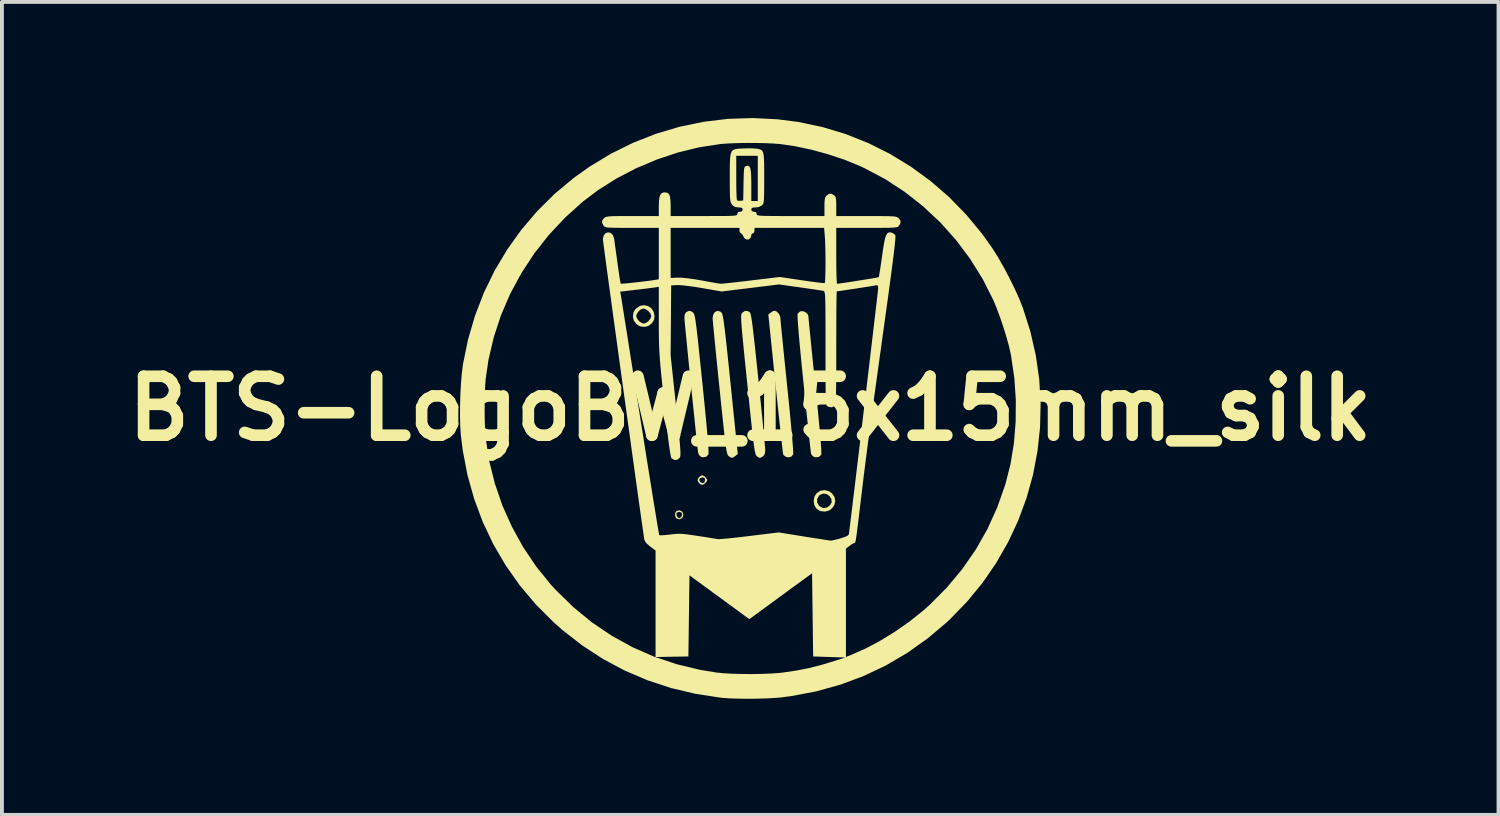
<source format=kicad_pcb>
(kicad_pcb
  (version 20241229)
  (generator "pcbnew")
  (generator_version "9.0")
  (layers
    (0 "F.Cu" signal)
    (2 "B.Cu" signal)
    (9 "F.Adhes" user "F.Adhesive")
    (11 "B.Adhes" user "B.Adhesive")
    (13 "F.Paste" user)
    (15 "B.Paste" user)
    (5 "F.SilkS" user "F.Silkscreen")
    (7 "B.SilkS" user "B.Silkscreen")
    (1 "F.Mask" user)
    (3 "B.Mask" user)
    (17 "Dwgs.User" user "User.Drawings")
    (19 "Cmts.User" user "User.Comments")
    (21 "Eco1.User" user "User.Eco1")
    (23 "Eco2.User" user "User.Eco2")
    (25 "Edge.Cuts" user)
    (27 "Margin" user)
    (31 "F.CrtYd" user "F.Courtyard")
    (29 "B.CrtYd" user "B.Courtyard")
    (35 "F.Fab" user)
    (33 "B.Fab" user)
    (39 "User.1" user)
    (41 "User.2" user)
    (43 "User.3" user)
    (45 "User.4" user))
  (footprint "BTS-LogoBW_15x15mm_silk"
    (layer "F.Cu")
    (at 16.336 7.507)
    (property "Reference" "BTS-LogoBW_15x15mm_silk" (at 0 0 0) (layer "F.SilkS") (effects (font (size 1.524 1.524) (thickness 0.3))))
    (attr board_only exclude_from_pos_files exclude_from_bom)
    (fp_poly (pts (xy -1.763 2.66) (xy -1.733 2.713) (xy -1.736 2.788) (xy -1.774 2.841) (xy -1.832 2.862) (xy -1.896 2.843) (xy -1.912 2.829) (xy -1.942 2.769) (xy -1.939 2.71) (xy -1.908 2.71) (xy -1.905 2.761) (xy -1.875 2.811) (xy -1.834 2.835) (xy -1.834 2.835) (xy -1.801 2.816) (xy -1.779 2.793) (xy -1.757 2.735) (xy -1.78 2.687) (xy -1.834 2.668) (xy -1.888 2.686) (xy -1.908 2.71) (xy -1.939 2.71) (xy -1.939 2.7) (xy -1.905 2.648) (xy -1.9 2.645) (xy -1.826 2.629)) (stroke (width 0) (type solid)) (fill yes) (layer "F.SilkS"))
    (fp_poly (pts (xy -1.193 1.744) (xy -1.143 1.791) (xy -1.113 1.841) (xy -1.112 1.853) (xy -1.132 1.895) (xy -1.18 1.941) (xy -1.23 1.97) (xy -1.244 1.973) (xy -1.286 1.955) (xy -1.318 1.929) (xy -1.353 1.878) (xy -1.362 1.848) (xy -1.359 1.842) (xy -1.319 1.842) (xy -1.294 1.898) (xy -1.29 1.902) (xy -1.235 1.93) (xy -1.188 1.91) (xy -1.167 1.851) (xy -1.167 1.845) (xy -1.18 1.793) (xy -1.229 1.779) (xy -1.234 1.779) (xy -1.296 1.797) (xy -1.319 1.842) (xy -1.359 1.842) (xy -1.34 1.794) (xy -1.291 1.745) (xy -1.239 1.723)) (stroke (width 0) (type solid)) (fill yes) (layer "F.SilkS"))
    (fp_poly (pts (xy 2.035 2.136) (xy 2.114 2.193) (xy 2.179 2.29) (xy 2.197 2.391) (xy 2.175 2.489) (xy 2.12 2.573) (xy 2.038 2.634) (xy 1.935 2.663) (xy 1.82 2.651) (xy 1.788 2.64) (xy 1.705 2.58) (xy 1.655 2.488) (xy 1.645 2.426) (xy 1.729 2.426) (xy 1.776 2.509) (xy 1.798 2.528) (xy 1.89 2.571) (xy 1.982 2.559) (xy 2.063 2.497) (xy 2.106 2.419) (xy 2.098 2.34) (xy 2.054 2.269) (xy 1.977 2.21) (xy 1.886 2.197) (xy 1.799 2.233) (xy 1.779 2.251) (xy 1.729 2.334) (xy 1.729 2.426) (xy 1.645 2.426) (xy 1.639 2.38) (xy 1.661 2.273) (xy 1.714 2.19) (xy 1.811 2.125) (xy 1.923 2.107)) (stroke (width 0) (type solid)) (fill yes) (layer "F.SilkS"))
    (fp_poly (pts (xy -2.639 -2.648) (xy -2.552 -2.589) (xy -2.493 -2.497) (xy -2.473 -2.39) (xy -2.485 -2.295) (xy -2.529 -2.221) (xy -2.555 -2.193) (xy -2.63 -2.135) (xy -2.714 -2.113) (xy -2.751 -2.112) (xy -2.846 -2.124) (xy -2.921 -2.168) (xy -2.948 -2.193) (xy -3.006 -2.268) (xy -3.028 -2.352) (xy -3.029 -2.385) (xy -2.946 -2.385) (xy -2.923 -2.321) (xy -2.868 -2.256) (xy -2.8 -2.209) (xy -2.751 -2.195) (xy -2.692 -2.214) (xy -2.629 -2.26) (xy -2.625 -2.264) (xy -2.578 -2.327) (xy -2.557 -2.387) (xy -2.557 -2.39) (xy -2.58 -2.459) (xy -2.638 -2.526) (xy -2.712 -2.573) (xy -2.762 -2.584) (xy -2.83 -2.561) (xy -2.895 -2.502) (xy -2.938 -2.428) (xy -2.946 -2.385) (xy -3.029 -2.385) (xy -3.029 -2.39) (xy -3.017 -2.485) (xy -2.973 -2.559) (xy -2.948 -2.587) (xy -2.849 -2.652) (xy -2.742 -2.671)) (stroke (width 0) (type solid)) (fill yes) (layer "F.SilkS"))
    (fp_poly (pts (xy 0.687 -2.505) (xy 0.742 -2.446) (xy 0.775 -2.372) (xy 0.779 -2.341) (xy 0.782 -2.301) (xy 0.79 -2.21) (xy 0.803 -2.073) (xy 0.821 -1.897) (xy 0.842 -1.685) (xy 0.866 -1.443) (xy 0.893 -1.176) (xy 0.923 -0.889) (xy 0.954 -0.586) (xy 0.956 -0.57) (xy 0.99 -0.237) (xy 1.021 0.071) (xy 1.047 0.349) (xy 1.07 0.594) (xy 1.088 0.802) (xy 1.101 0.969) (xy 1.109 1.091) (xy 1.112 1.164) (xy 1.11 1.184) (xy 1.062 1.243) (xy 0.986 1.261) (xy 0.927 1.249) (xy 0.872 1.212) (xy 0.852 1.182) (xy 0.846 1.148) (xy 0.835 1.062) (xy 0.82 0.931) (xy 0.801 0.759) (xy 0.778 0.551) (xy 0.752 0.311) (xy 0.723 0.044) (xy 0.693 -0.244) (xy 0.661 -0.55) (xy 0.651 -0.646) (xy 0.468 -2.43) (xy 0.529 -2.479) (xy 0.587 -2.516) (xy 0.628 -2.529)) (stroke (width 0) (type solid)) (fill yes) (layer "F.SilkS"))
    (fp_poly (pts (xy -0.777 -2.508) (xy -0.739 -2.476) (xy -0.728 -2.457) (xy -0.717 -2.422) (xy -0.705 -2.367) (xy -0.691 -2.288) (xy -0.676 -2.181) (xy -0.658 -2.042) (xy -0.638 -1.869) (xy -0.614 -1.656) (xy -0.587 -1.401) (xy -0.555 -1.099) (xy -0.519 -0.746) (xy -0.506 -0.624) (xy -0.322 1.174) (xy -0.386 1.226) (xy -0.446 1.268) (xy -0.49 1.272) (xy -0.544 1.238) (xy -0.556 1.228) (xy -0.569 1.216) (xy -0.581 1.198) (xy -0.592 1.17) (xy -0.603 1.128) (xy -0.615 1.069) (xy -0.628 0.987) (xy -0.642 0.878) (xy -0.659 0.739) (xy -0.679 0.566) (xy -0.702 0.353) (xy -0.729 0.097) (xy -0.761 -0.206) (xy -0.794 -0.529) (xy -0.826 -0.835) (xy -0.855 -1.125) (xy -0.883 -1.397) (xy -0.907 -1.644) (xy -0.929 -1.862) (xy -0.946 -2.045) (xy -0.96 -2.188) (xy -0.968 -2.287) (xy -0.972 -2.336) (xy -0.972 -2.337) (xy -0.955 -2.433) (xy -0.909 -2.497) (xy -0.846 -2.524)) (stroke (width 0) (type solid)) (fill yes) (layer "F.SilkS"))
    (fp_poly (pts (xy 1.374 -2.514) (xy 1.442 -2.481) (xy 1.49 -2.431) (xy 1.501 -2.396) (xy 1.504 -2.361) (xy 1.512 -2.275) (xy 1.525 -2.143) (xy 1.542 -1.971) (xy 1.563 -1.763) (xy 1.587 -1.523) (xy 1.614 -1.258) (xy 1.643 -0.97) (xy 1.675 -0.667) (xy 1.681 -0.602) (xy 1.723 -0.195) (xy 1.758 0.159) (xy 1.787 0.458) (xy 1.809 0.706) (xy 1.825 0.902) (xy 1.835 1.047) (xy 1.838 1.143) (xy 1.836 1.19) (xy 1.835 1.194) (xy 1.778 1.248) (xy 1.694 1.259) (xy 1.646 1.248) (xy 1.592 1.204) (xy 1.571 1.161) (xy 1.566 1.123) (xy 1.555 1.034) (xy 1.54 0.9) (xy 1.521 0.725) (xy 1.499 0.515) (xy 1.473 0.273) (xy 1.445 0.006) (xy 1.416 -0.283) (xy 1.384 -0.588) (xy 1.378 -0.652) (xy 1.336 -1.062) (xy 1.301 -1.421) (xy 1.272 -1.726) (xy 1.25 -1.979) (xy 1.234 -2.178) (xy 1.225 -2.323) (xy 1.222 -2.414) (xy 1.225 -2.449) (xy 1.272 -2.497) (xy 1.307 -2.515)) (stroke (width 0) (type solid)) (fill yes) (layer "F.SilkS"))
    (fp_poly (pts (xy -1.523 -2.513) (xy -1.477 -2.48) (xy -1.464 -2.467) (xy -1.453 -2.447) (xy -1.442 -2.416) (xy -1.431 -2.369) (xy -1.419 -2.303) (xy -1.406 -2.214) (xy -1.39 -2.097) (xy -1.373 -1.948) (xy -1.352 -1.764) (xy -1.328 -1.539) (xy -1.3 -1.271) (xy -1.267 -0.956) (xy -1.236 -0.653) (xy -1.195 -0.249) (xy -1.16 0.102) (xy -1.132 0.401) (xy -1.109 0.649) (xy -1.093 0.849) (xy -1.082 1) (xy -1.077 1.106) (xy -1.077 1.168) (xy -1.08 1.184) (xy -1.134 1.244) (xy -1.215 1.26) (xy -1.271 1.248) (xy -1.325 1.199) (xy -1.347 1.134) (xy -1.353 1.085) (xy -1.364 0.988) (xy -1.38 0.847) (xy -1.399 0.669) (xy -1.421 0.46) (xy -1.445 0.226) (xy -1.471 -0.027) (xy -1.499 -0.293) (xy -1.527 -0.566) (xy -1.555 -0.839) (xy -1.582 -1.107) (xy -1.607 -1.364) (xy -1.631 -1.603) (xy -1.652 -1.819) (xy -1.671 -2.005) (xy -1.685 -2.155) (xy -1.695 -2.264) (xy -1.7 -2.325) (xy -1.7 -2.331) (xy -1.695 -2.422) (xy -1.669 -2.477) (xy -1.653 -2.491) (xy -1.585 -2.525)) (stroke (width 0) (type solid)) (fill yes) (layer "F.SilkS"))
    (fp_poly (pts (xy -0.059 -2.517) (xy -0.016 -2.492) (xy -0.005 -2.479) (xy 0.006 -2.454) (xy 0.017 -2.412) (xy 0.029 -2.35) (xy 0.043 -2.264) (xy 0.058 -2.149) (xy 0.076 -2.002) (xy 0.097 -1.819) (xy 0.122 -1.595) (xy 0.15 -1.327) (xy 0.184 -1.011) (xy 0.211 -0.748) (xy 0.242 -0.443) (xy 0.272 -0.151) (xy 0.299 0.122) (xy 0.324 0.371) (xy 0.345 0.591) (xy 0.363 0.776) (xy 0.376 0.922) (xy 0.385 1.023) (xy 0.388 1.074) (xy 0.388 1.075) (xy 0.38 1.163) (xy 0.349 1.217) (xy 0.327 1.235) (xy 0.269 1.271) (xy 0.228 1.271) (xy 0.175 1.235) (xy 0.169 1.23) (xy 0.157 1.217) (xy 0.146 1.198) (xy 0.135 1.169) (xy 0.124 1.124) (xy 0.112 1.061) (xy 0.099 0.975) (xy 0.084 0.862) (xy 0.067 0.719) (xy 0.047 0.54) (xy 0.023 0.322) (xy -0.004 0.062) (xy -0.036 -0.246) (xy -0.073 -0.605) (xy -0.074 -0.618) (xy -0.111 -0.978) (xy -0.143 -1.287) (xy -0.169 -1.548) (xy -0.19 -1.766) (xy -0.207 -1.946) (xy -0.22 -2.09) (xy -0.228 -2.204) (xy -0.233 -2.291) (xy -0.235 -2.355) (xy -0.234 -2.401) (xy -0.229 -2.432) (xy -0.223 -2.453) (xy -0.214 -2.467) (xy -0.208 -2.473) (xy -0.136 -2.523)) (stroke (width 0) (type solid)) (fill yes) (layer "F.SilkS"))
    (fp_poly (pts (xy 0.71 -7.474) (xy 1.251 -7.404) (xy 1.87 -7.273) (xy 2.472 -7.091) (xy 3.056 -6.858) (xy 3.617 -6.577) (xy 4.154 -6.249) (xy 4.663 -5.877) (xy 5.141 -5.463) (xy 5.585 -5.007) (xy 5.993 -4.513) (xy 6.258 -4.141) (xy 6.4 -3.916) (xy 6.548 -3.657) (xy 6.694 -3.381) (xy 6.832 -3.102) (xy 6.951 -2.837) (xy 7.042 -2.609) (xy 7.237 -1.998) (xy 7.379 -1.379) (xy 7.468 -0.757) (xy 7.504 -0.134) (xy 7.489 0.487) (xy 7.423 1.101) (xy 7.308 1.708) (xy 7.143 2.302) (xy 6.93 2.881) (xy 6.669 3.442) (xy 6.361 3.982) (xy 6.007 4.498) (xy 5.607 4.986) (xy 5.163 5.444) (xy 5.08 5.522) (xy 4.582 5.942) (xy 4.057 6.315) (xy 3.506 6.638) (xy 2.931 6.911) (xy 2.332 7.134) (xy 1.711 7.307) (xy 1.069 7.429) (xy 0.82 7.462) (xy 0.636 7.478) (xy 0.415 7.49) (xy 0.173 7.497) (xy -0.077 7.499) (xy -0.318 7.496) (xy -0.537 7.489) (xy -0.719 7.476) (xy -0.75 7.473) (xy -1.407 7.373) (xy -2.042 7.223) (xy -2.653 7.022) (xy -3.24 6.772) (xy -3.803 6.472) (xy -4.339 6.123) (xy -4.85 5.725) (xy -5.08 5.522) (xy -5.538 5.064) (xy -5.951 4.574) (xy -6.318 4.055) (xy -6.638 3.507) (xy -6.91 2.934) (xy -7.133 2.336) (xy -7.307 1.716) (xy -7.429 1.076) (xy -7.479 0.673) (xy -7.493 0.458) (xy -7.499 0.204) (xy -7.499 0.075) (xy -6.863 0.075) (xy -6.86 0.313) (xy -6.852 0.531) (xy -6.84 0.715) (xy -6.835 0.772) (xy -6.744 1.359) (xy -6.599 1.938) (xy -6.404 2.504) (xy -6.159 3.052) (xy -5.869 3.578) (xy -5.534 4.077) (xy -5.158 4.543) (xy -5.018 4.695) (xy -4.568 5.134) (xy -4.089 5.526) (xy -3.582 5.869) (xy -3.048 6.164) (xy -2.49 6.409) (xy -1.906 6.605) (xy -1.3 6.751) (xy -0.875 6.821) (xy -0.696 6.839) (xy -0.476 6.852) (xy -0.229 6.859) (xy 0.031 6.861) (xy 0.288 6.857) (xy 0.53 6.848) (xy 0.741 6.833) (xy 0.853 6.821) (xy 1.201 6.769) (xy 1.519 6.706) (xy 1.833 6.626) (xy 2.084 6.551) (xy 2.459 6.433) (xy 1.626 6.406) (xy 1.612 5.331) (xy 1.598 4.257) (xy 1.403 4.399) (xy 1.328 4.454) (xy 1.216 4.536) (xy 1.075 4.638) (xy 0.916 4.755) (xy 0.745 4.88) (xy 0.593 4.991) (xy -0.023 5.442) (xy -0.796 4.876) (xy -1.57 4.31) (xy -1.584 5.358) (xy -1.598 6.406) (xy -2.022 6.413) (xy -2.446 6.421) (xy -2.446 3.669) (xy -2.584 3.566) (xy -2.678 3.485) (xy -2.727 3.413) (xy -2.738 3.378) (xy -2.746 3.325) (xy -2.761 3.223) (xy -2.782 3.074) (xy -2.81 2.883) (xy -2.842 2.654) (xy -2.879 2.391) (xy -2.92 2.097) (xy -2.965 1.776) (xy -3.012 1.431) (xy -3.063 1.068) (xy -3.115 0.69) (xy -3.169 0.3) (xy -3.224 -0.098) (xy -3.28 -0.499) (xy -3.335 -0.901) (xy -3.39 -1.298) (xy -3.443 -1.688) (xy -3.495 -2.066) (xy -3.545 -2.429) (xy -3.592 -2.773) (xy -3.626 -3.021) (xy -3.36 -3.021) (xy -3.346 -2.948) (xy -3.34 -2.912) (xy -3.326 -2.824) (xy -3.304 -2.688) (xy -3.276 -2.509) (xy -3.241 -2.288) (xy -3.2 -2.031) (xy -3.154 -1.74) (xy -3.104 -1.42) (xy -3.049 -1.073) (xy -2.991 -0.704) (xy -2.929 -0.316) (xy -2.866 0.088) (xy -2.85 0.19) (xy -2.786 0.596) (xy -2.724 0.986) (xy -2.665 1.358) (xy -2.609 1.706) (xy -2.557 2.029) (xy -2.51 2.323) (xy -2.467 2.583) (xy -2.431 2.808) (xy -2.4 2.992) (xy -2.377 3.133) (xy -2.36 3.226) (xy -2.352 3.27) (xy -2.351 3.272) (xy -2.318 3.276) (xy -2.243 3.273) (xy -2.138 3.263) (xy -2.063 3.255) (xy -1.989 3.246) (xy -1.926 3.24) (xy -1.866 3.236) (xy -1.803 3.236) (xy -1.729 3.241) (xy -1.638 3.251) (xy -1.524 3.266) (xy -1.378 3.288) (xy -1.195 3.316) (xy -0.967 3.353) (xy -0.834 3.374) (xy -0.789 3.374) (xy -0.697 3.367) (xy -0.565 3.355) (xy -0.402 3.338) (xy -0.216 3.317) (xy -0.015 3.293) (xy -0.015 3.293) (xy 0.736 3.201) (xy 1.389 3.306) (xy 1.575 3.336) (xy 1.744 3.362) (xy 1.887 3.384) (xy 1.997 3.401) (xy 2.066 3.411) (xy 2.084 3.413) (xy 2.13 3.406) (xy 2.212 3.387) (xy 2.315 3.36) (xy 2.334 3.354) (xy 2.446 3.318) (xy 2.512 3.288) (xy 2.544 3.257) (xy 2.55 3.238) (xy 2.561 3.155) (xy 2.577 3.026) (xy 2.598 2.854) (xy 2.624 2.643) (xy 2.653 2.399) (xy 2.687 2.124) (xy 2.723 1.824) (xy 2.761 1.503) (xy 2.802 1.164) (xy 2.844 0.813) (xy 2.887 0.452) (xy 2.93 0.088) (xy 2.974 -0.277) (xy 3.017 -0.637) (xy 3.059 -0.989) (xy 3.099 -1.329) (xy 3.137 -1.652) (xy 3.173 -1.953) (xy 3.205 -2.229) (xy 3.234 -2.476) (xy 3.259 -2.689) (xy 3.279 -2.864) (xy 3.294 -2.996) (xy 3.304 -3.082) (xy 3.307 -3.116) (xy 3.307 -3.117) (xy 3.301 -3.173) (xy 3.273 -3.187) (xy 3.244 -3.183) (xy 3.202 -3.175) (xy 3.118 -3.161) (xy 3.002 -3.143) (xy 2.866 -3.122) (xy 2.72 -3.099) (xy 2.577 -3.078) (xy 2.445 -3.058) (xy 2.337 -3.042) (xy 2.264 -3.032) (xy 2.236 -3.029) (xy 2.234 -3.002) (xy 2.231 -2.925) (xy 2.229 -2.802) (xy 2.227 -2.639) (xy 2.226 -2.441) (xy 2.225 -2.214) (xy 2.224 -1.961) (xy 2.223 -1.689) (xy 2.223 -1.572) (xy 2.223 -1.247) (xy 2.223 -0.973) (xy 2.221 -0.745) (xy 2.22 -0.56) (xy 2.217 -0.412) (xy 2.214 -0.298) (xy 2.21 -0.213) (xy 2.204 -0.152) (xy 2.197 -0.111) (xy 2.189 -0.085) (xy 2.18 -0.071) (xy 2.11 -0.031) (xy 2.029 -0.043) (xy 1.999 -0.057) (xy 1.987 -0.065) (xy 1.977 -0.078) (xy 1.969 -0.101) (xy 1.962 -0.138) (xy 1.957 -0.194) (xy 1.953 -0.273) (xy 1.95 -0.379) (xy 1.948 -0.518) (xy 1.947 -0.694) (xy 1.946 -0.911) (xy 1.945 -1.173) (xy 1.945 -1.486) (xy 1.945 -1.555) (xy 1.945 -1.879) (xy 1.945 -2.152) (xy 1.944 -2.378) (xy 1.943 -2.562) (xy 1.941 -2.708) (xy 1.938 -2.82) (xy 1.934 -2.904) (xy 1.929 -2.962) (xy 1.922 -3.001) (xy 1.914 -3.024) (xy 1.905 -3.035) (xy 1.897 -3.039) (xy 1.855 -3.047) (xy 1.768 -3.061) (xy 1.644 -3.08) (xy 1.492 -3.102) (xy 1.323 -3.126) (xy 1.296 -3.13) (xy 0.744 -3.207) (xy -0.738 -3.025) (xy -1.235 -3.111) (xy -1.414 -3.141) (xy -1.581 -3.164) (xy -1.727 -3.181) (xy -1.838 -3.19) (xy -1.887 -3.19) (xy -2.043 -3.182) (xy -2.057 -1.376) (xy -1.919 -0.084) (xy -1.886 0.22) (xy -1.86 0.473) (xy -1.839 0.68) (xy -1.823 0.847) (xy -1.812 0.978) (xy -1.806 1.077) (xy -1.803 1.151) (xy -1.804 1.203) (xy -1.809 1.238) (xy -1.817 1.261) (xy -1.822 1.271) (xy -1.883 1.323) (xy -1.957 1.33) (xy -2.024 1.292) (xy -2.04 1.271) (xy -2.053 1.228) (xy -2.071 1.132) (xy -2.093 0.985) (xy -2.119 0.784) (xy -2.149 0.53) (xy -2.183 0.222) (xy -2.221 -0.125) (xy -2.254 -0.434) (xy -2.281 -0.696) (xy -2.303 -0.918) (xy -2.321 -1.107) (xy -2.335 -1.272) (xy -2.345 -1.421) (xy -2.352 -1.56) (xy -2.357 -1.698) (xy -2.36 -1.841) (xy -2.362 -1.999) (xy -2.362 -2.179) (xy -2.362 -2.303) (xy -2.362 -3.146) (xy -2.452 -3.131) (xy -2.512 -3.123) (xy -2.614 -3.109) (xy -2.747 -3.093) (xy -2.896 -3.075) (xy -2.951 -3.069) (xy -3.36 -3.021) (xy -3.626 -3.021) (xy -3.636 -3.093) (xy -3.676 -3.387) (xy -3.712 -3.65) (xy -3.742 -3.878) (xy -3.768 -4.068) (xy -3.787 -4.216) (xy -3.801 -4.318) (xy -3.807 -4.369) (xy -3.807 -4.375) (xy -3.788 -4.471) (xy -3.739 -4.531) (xy -3.675 -4.553) (xy -3.607 -4.539) (xy -3.55 -4.485) (xy -3.517 -4.393) (xy -3.517 -4.391) (xy -3.509 -4.333) (xy -3.495 -4.23) (xy -3.476 -4.094) (xy -3.454 -3.935) (xy -3.431 -3.766) (xy -3.408 -3.602) (xy -3.387 -3.457) (xy -3.369 -3.34) (xy -3.355 -3.261) (xy -3.347 -3.227) (xy -3.347 -3.227) (xy -3.317 -3.226) (xy -3.244 -3.231) (xy -3.137 -3.241) (xy -3.008 -3.255) (xy -2.869 -3.27) (xy -2.73 -3.287) (xy -2.602 -3.303) (xy -2.497 -3.318) (xy -2.452 -3.325) (xy -2.362 -3.341) (xy -2.362 -3.374) (xy -2.056 -3.374) (xy -1.883 -3.383) (xy -1.766 -3.381) (xy -1.603 -3.364) (xy -1.402 -3.335) (xy -1.264 -3.311) (xy -1.11 -3.283) (xy -0.972 -3.258) (xy -0.861 -3.239) (xy -0.787 -3.228) (xy -0.764 -3.225) (xy -0.723 -3.227) (xy -0.634 -3.236) (xy -0.505 -3.249) (xy -0.345 -3.267) (xy -0.162 -3.288) (xy 0.028 -3.311) (xy 0.764 -3.4) (xy 1.334 -3.315) (xy 1.506 -3.29) (xy 1.659 -3.269) (xy 1.785 -3.254) (xy 1.875 -3.244) (xy 1.921 -3.242) (xy 1.924 -3.242) (xy 1.932 -3.273) (xy 1.937 -3.35) (xy 1.941 -3.463) (xy 1.944 -3.603) (xy 1.945 -3.761) (xy 1.944 -3.926) (xy 1.942 -4.089) (xy 1.938 -4.241) (xy 1.933 -4.372) (xy 1.927 -4.456) (xy 1.909 -4.669) (xy 0.111 -4.669) (xy 0.111 -4.599) (xy 0.097 -4.543) (xy 0.069 -4.53) (xy 0.035 -4.507) (xy 0.028 -4.48) (xy 0.008 -4.408) (xy -0.041 -4.37) (xy -0.101 -4.37) (xy -0.155 -4.409) (xy -0.175 -4.446) (xy -0.207 -4.504) (xy -0.241 -4.53) (xy -0.242 -4.53) (xy -0.269 -4.553) (xy -0.278 -4.599) (xy -0.278 -4.669) (xy -2.056 -4.669) (xy -2.056 -3.374) (xy -2.362 -3.374) (xy -2.362 -4.669) (xy -3.055 -4.669) (xy -3.269 -4.669) (xy -3.434 -4.67) (xy -3.557 -4.672) (xy -3.646 -4.675) (xy -3.705 -4.681) (xy -3.744 -4.69) (xy -3.768 -4.703) (xy -3.784 -4.72) (xy -3.792 -4.73) (xy -3.83 -4.805) (xy -3.821 -4.866) (xy -3.779 -4.919) (xy -3.759 -4.936) (xy -3.733 -4.949) (xy -3.694 -4.959) (xy -3.636 -4.966) (xy -3.55 -4.971) (xy -3.43 -4.973) (xy -3.269 -4.974) (xy -3.06 -4.974) (xy -2.362 -4.974) (xy -2.362 -5.229) (xy -2.357 -5.381) (xy -2.339 -5.486) (xy -2.306 -5.55) (xy -2.254 -5.581) (xy -2.207 -5.586) (xy -2.143 -5.576) (xy -2.099 -5.542) (xy -2.073 -5.476) (xy -2.06 -5.369) (xy -2.056 -5.236) (xy -2.056 -4.974) (xy -1.195 -4.974) (xy -0.954 -4.975) (xy -0.762 -4.975) (xy -0.615 -4.976) (xy -0.506 -4.979) (xy -0.429 -4.983) (xy -0.38 -4.989) (xy -0.351 -4.998) (xy -0.338 -5.009) (xy -0.334 -5.023) (xy -0.333 -5.03) (xy -0.317 -5.074) (xy -0.264 -5.086) (xy -0.21 -5.099) (xy -0.195 -5.141) (xy -0.204 -5.178) (xy -0.242 -5.194) (xy -0.304 -5.197) (xy -0.391 -5.208) (xy -0.452 -5.248) (xy -0.47 -5.27) (xy -0.489 -5.297) (xy -0.503 -5.328) (xy -0.514 -5.372) (xy -0.521 -5.435) (xy -0.525 -5.526) (xy -0.527 -5.652) (xy -0.528 -5.821) (xy -0.528 -5.962) (xy -0.528 -5.966) (xy -0.361 -5.966) (xy -0.36 -5.794) (xy -0.358 -5.641) (xy -0.354 -5.516) (xy -0.349 -5.427) (xy -0.343 -5.383) (xy -0.341 -5.381) (xy -0.301 -5.369) (xy -0.251 -5.369) (xy -0.181 -5.377) (xy -0.173 -5.813) (xy -0.17 -5.978) (xy -0.166 -6.096) (xy -0.16 -6.174) (xy -0.151 -6.223) (xy -0.138 -6.25) (xy -0.119 -6.263) (xy -0.106 -6.268) (xy -0.059 -6.276) (xy -0.024 -6.259) (xy -0.000002 -6.213) (xy 0.016 -6.132) (xy 0.024 -6.009) (xy 0.028 -5.839) (xy 0.028 -5.775) (xy 0.028 -5.363) (xy 0.195 -5.363) (xy 0.195 -6.531) (xy -0.361 -6.531) (xy -0.361 -5.966) (xy -0.528 -5.966) (xy -0.528 -6.184) (xy -0.526 -6.358) (xy -0.519 -6.488) (xy -0.503 -6.582) (xy -0.477 -6.645) (xy -0.437 -6.684) (xy -0.379 -6.705) (xy -0.302 -6.715) (xy -0.202 -6.72) (xy -0.168 -6.721) (xy -0.042 -6.724) (xy 0.074 -6.722) (xy 0.161 -6.716) (xy 0.181 -6.713) (xy 0.236 -6.702) (xy 0.278 -6.686) (xy 0.31 -6.661) (xy 0.332 -6.618) (xy 0.347 -6.551) (xy 0.355 -6.454) (xy 0.36 -6.32) (xy 0.361 -6.142) (xy 0.361 -5.959) (xy 0.361 -5.751) (xy 0.36 -5.592) (xy 0.357 -5.474) (xy 0.353 -5.39) (xy 0.346 -5.333) (xy 0.335 -5.295) (xy 0.321 -5.27) (xy 0.306 -5.252) (xy 0.22 -5.206) (xy 0.139 -5.197) (xy 0.066 -5.192) (xy 0.034 -5.173) (xy 0.028 -5.141) (xy 0.044 -5.098) (xy 0.097 -5.086) (xy 0.152 -5.073) (xy 0.167 -5.03) (xy 0.168 -5.015) (xy 0.177 -5.002) (xy 0.198 -4.993) (xy 0.238 -4.986) (xy 0.301 -4.981) (xy 0.395 -4.978) (xy 0.523 -4.976) (xy 0.694 -4.975) (xy 0.911 -4.974) (xy 1.042 -4.974) (xy 1.918 -4.974) (xy 1.918 -5.211) (xy 1.92 -5.332) (xy 1.927 -5.411) (xy 1.943 -5.463) (xy 1.971 -5.5) (xy 1.973 -5.502) (xy 2.037 -5.55) (xy 2.1 -5.549) (xy 2.161 -5.515) (xy 2.191 -5.489) (xy 2.209 -5.454) (xy 2.219 -5.396) (xy 2.223 -5.304) (xy 2.223 -5.223) (xy 2.223 -4.974) (xy 3.001 -4.974) (xy 3.23 -4.974) (xy 3.41 -4.973) (xy 3.547 -4.972) (xy 3.648 -4.968) (xy 3.72 -4.963) (xy 3.768 -4.955) (xy 3.8 -4.944) (xy 3.822 -4.931) (xy 3.835 -4.919) (xy 3.882 -4.855) (xy 3.882 -4.792) (xy 3.847 -4.73) (xy 3.834 -4.713) (xy 3.816 -4.698) (xy 3.789 -4.688) (xy 3.745 -4.68) (xy 3.678 -4.675) (xy 3.583 -4.671) (xy 3.452 -4.67) (xy 3.279 -4.669) (xy 3.058 -4.669) (xy 3.014 -4.669) (xy 2.223 -4.669) (xy 2.223 -3.946) (xy 2.224 -3.752) (xy 2.226 -3.578) (xy 2.229 -3.431) (xy 2.234 -3.318) (xy 2.239 -3.247) (xy 2.244 -3.224) (xy 2.289 -3.229) (xy 2.375 -3.241) (xy 2.492 -3.258) (xy 2.63 -3.279) (xy 2.778 -3.303) (xy 2.927 -3.326) (xy 3.065 -3.349) (xy 3.183 -3.368) (xy 3.27 -3.384) (xy 3.316 -3.393) (xy 3.321 -3.395) (xy 3.328 -3.425) (xy 3.342 -3.502) (xy 3.36 -3.616) (xy 3.381 -3.759) (xy 3.405 -3.922) (xy 3.406 -3.934) (xy 3.436 -4.141) (xy 3.463 -4.298) (xy 3.488 -4.412) (xy 3.516 -4.489) (xy 3.547 -4.533) (xy 3.584 -4.552) (xy 3.63 -4.552) (xy 3.651 -4.547) (xy 3.716 -4.514) (xy 3.75 -4.477) (xy 3.753 -4.449) (xy 3.75 -4.385) (xy 3.741 -4.284) (xy 3.726 -4.142) (xy 3.704 -3.958) (xy 3.675 -3.73) (xy 3.639 -3.456) (xy 3.596 -3.134) (xy 3.545 -2.761) (xy 3.486 -2.336) (xy 3.472 -2.234) (xy 3.4 -1.719) (xy 3.336 -1.254) (xy 3.278 -0.836) (xy 3.226 -0.461) (xy 3.179 -0.123) (xy 3.138 0.181) (xy 3.1 0.456) (xy 3.067 0.706) (xy 3.037 0.934) (xy 3.009 1.147) (xy 2.983 1.347) (xy 2.959 1.539) (xy 2.935 1.727) (xy 2.912 1.916) (xy 2.889 2.109) (xy 2.864 2.312) (xy 2.863 2.32) (xy 2.83 2.603) (xy 2.802 2.835) (xy 2.779 3.021) (xy 2.761 3.168) (xy 2.746 3.278) (xy 2.734 3.359) (xy 2.724 3.413) (xy 2.716 3.447) (xy 2.708 3.465) (xy 2.7 3.472) (xy 2.691 3.474) (xy 2.691 3.474) (xy 2.654 3.489) (xy 2.593 3.529) (xy 2.569 3.547) (xy 2.473 3.619) (xy 2.473 6.419) (xy 2.619 6.361) (xy 2.982 6.201) (xy 3.36 6) (xy 3.739 5.767) (xy 4.107 5.51) (xy 4.45 5.238) (xy 4.634 5.075) (xy 5.079 4.628) (xy 5.476 4.152) (xy 5.826 3.648) (xy 6.129 3.115) (xy 6.384 2.552) (xy 6.593 1.958) (xy 6.597 1.945) (xy 6.726 1.434) (xy 6.814 0.895) (xy 6.859 0.338) (xy 6.863 -0.229) (xy 6.824 -0.795) (xy 6.742 -1.351) (xy 6.721 -1.459) (xy 6.675 -1.655) (xy 6.61 -1.884) (xy 6.533 -2.131) (xy 6.449 -2.377) (xy 6.363 -2.607) (xy 6.282 -2.803) (xy 6.28 -2.807) (xy 6.004 -3.352) (xy 5.682 -3.87) (xy 5.317 -4.356) (xy 4.913 -4.808) (xy 4.471 -5.222) (xy 3.995 -5.597) (xy 3.488 -5.928) (xy 2.953 -6.212) (xy 2.832 -6.268) (xy 2.441 -6.428) (xy 2.02 -6.569) (xy 1.585 -6.688) (xy 1.156 -6.779) (xy 0.772 -6.835) (xy 0.606 -6.848) (xy 0.399 -6.857) (xy 0.167 -6.862) (xy -0.075 -6.863) (xy -0.313 -6.86) (xy -0.531 -6.852) (xy -0.715 -6.84) (xy -0.772 -6.835) (xy -1.322 -6.75) (xy -1.873 -6.615) (xy -2.418 -6.433) (xy -2.947 -6.209) (xy -3.454 -5.946) (xy -3.929 -5.646) (xy -4.327 -5.346) (xy -4.787 -4.931) (xy -5.206 -4.483) (xy -5.583 -4.004) (xy -5.915 -3.497) (xy -6.201 -2.967) (xy -6.439 -2.416) (xy -6.626 -1.847) (xy -6.763 -1.264) (xy -6.835 -0.772) (xy -6.848 -0.606) (xy -6.857 -0.399) (xy -6.862 -0.167) (xy -6.863 0.075) (xy -7.499 0.075) (xy -7.498 -0.075) (xy -7.49 -0.362) (xy -7.475 -0.642) (xy -7.453 -0.9) (xy -7.426 -1.121) (xy -7.423 -1.144) (xy -7.293 -1.779) (xy -7.113 -2.395) (xy -6.884 -2.99) (xy -6.607 -3.56) (xy -6.283 -4.103) (xy -5.916 -4.617) (xy -5.506 -5.099) (xy -5.056 -5.546) (xy -4.566 -5.955) (xy -4.154 -6.249) (xy -3.601 -6.584) (xy -3.026 -6.868) (xy -2.433 -7.101) (xy -1.824 -7.282) (xy -1.203 -7.41) (xy -0.572 -7.486) (xy 0.067 -7.507)) (stroke (width 0) (type solid)) (fill yes) (layer "F.SilkS")))
  (gr_rect
    (start -3 -3)
    (end 35.672 18.006)
    (stroke (width 0.1) (type default))
    (fill no)
    (layer "Edge.Cuts")))
</source>
